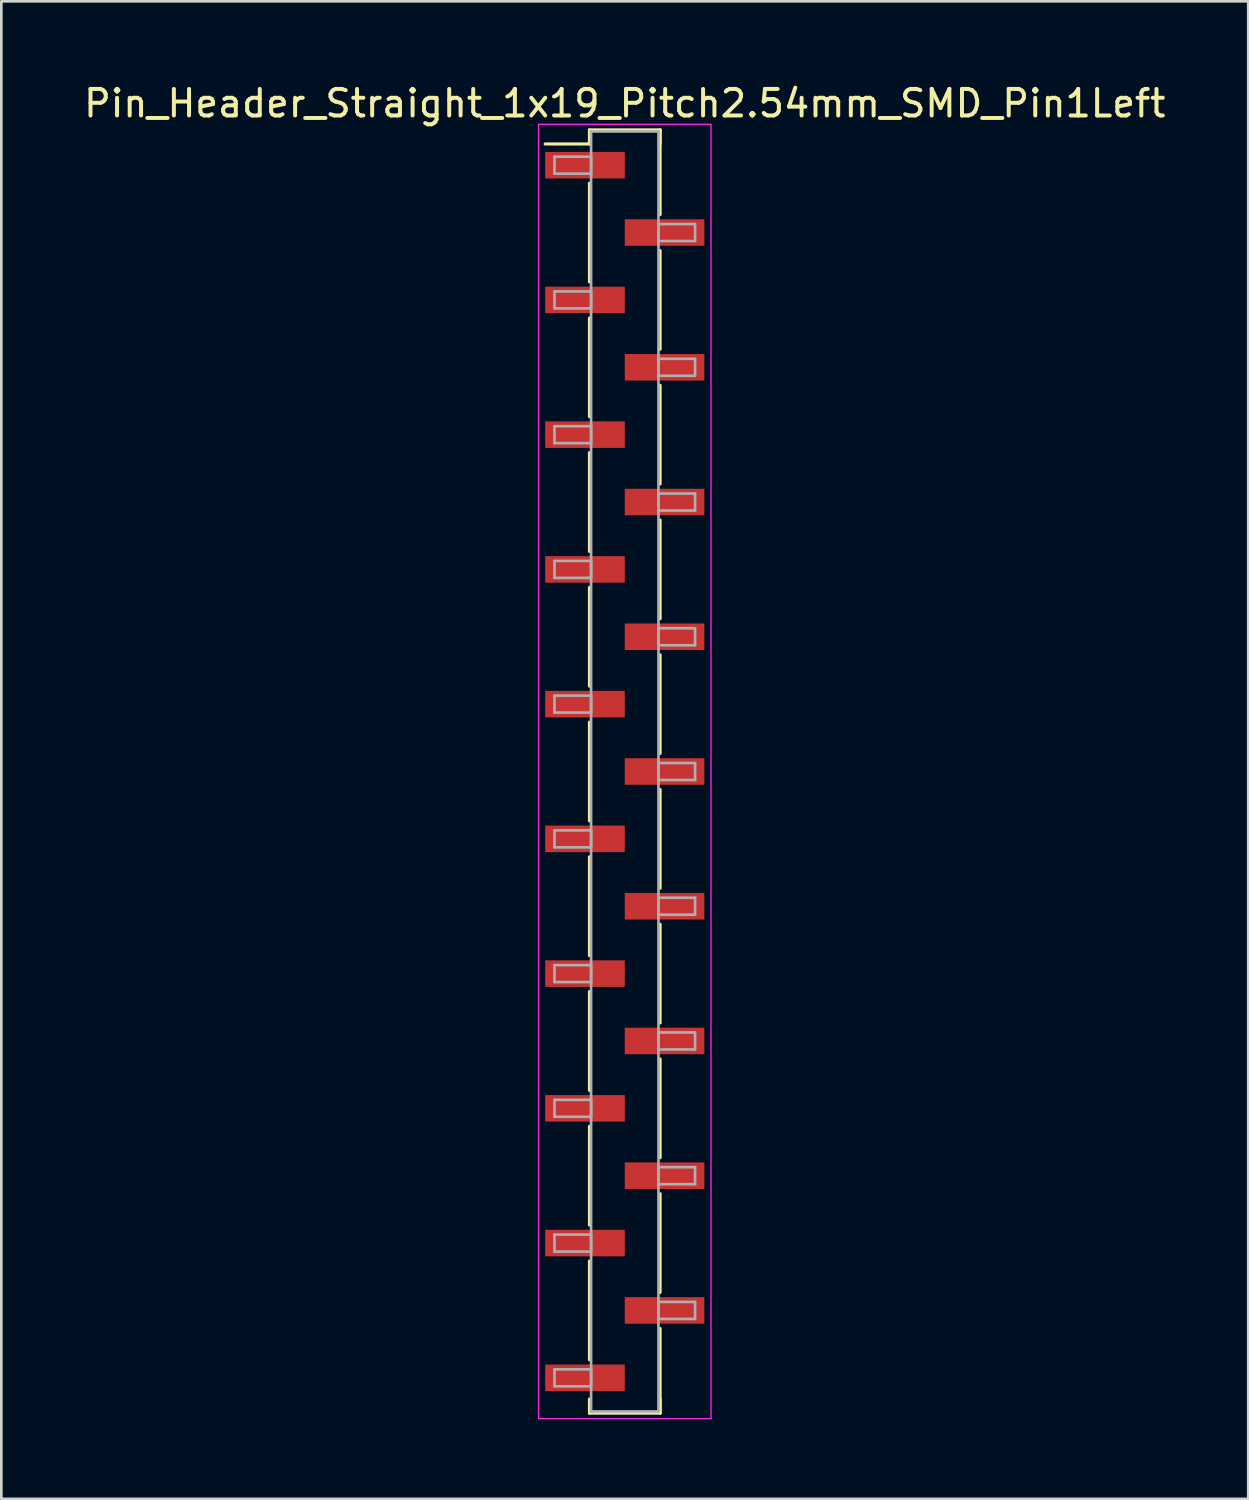
<source format=kicad_pcb>
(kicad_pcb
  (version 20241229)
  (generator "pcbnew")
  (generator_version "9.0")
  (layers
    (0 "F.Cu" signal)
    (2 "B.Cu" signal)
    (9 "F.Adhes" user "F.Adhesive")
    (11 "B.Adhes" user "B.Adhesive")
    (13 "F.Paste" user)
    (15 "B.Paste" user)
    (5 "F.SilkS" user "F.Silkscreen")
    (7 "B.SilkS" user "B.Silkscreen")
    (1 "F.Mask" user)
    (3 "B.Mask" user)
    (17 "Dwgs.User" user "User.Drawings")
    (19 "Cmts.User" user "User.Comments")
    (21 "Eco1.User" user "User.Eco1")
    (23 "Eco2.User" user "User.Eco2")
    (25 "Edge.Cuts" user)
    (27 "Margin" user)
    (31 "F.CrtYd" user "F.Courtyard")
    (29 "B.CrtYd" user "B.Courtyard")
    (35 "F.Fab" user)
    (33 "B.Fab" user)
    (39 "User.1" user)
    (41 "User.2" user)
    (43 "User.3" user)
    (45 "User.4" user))
  (footprint "Pin_Header_Straight_1x19_Pitch2.54mm_SMD_Pin1Left"
    (layer "F.Cu")
    (at 20.506 26.038)
    (property "Reference" "Pin_Header_Straight_1x19_Pitch2.54mm_SMD_Pin1Left" (at 0 -25.19 0) (layer "F.SilkS") (effects (font (size 1 1) (thickness 0.15))))
    (attr smd)
    (fp_line (start -1.33 -24.19) (end 1.33 -24.19) (stroke (width 0.12) (type solid)) (layer "F.SilkS"))
    (fp_line (start -1.33 -23.66) (end -3 -23.66) (stroke (width 0.12) (type solid)) (layer "F.SilkS"))
    (fp_line (start -1.33 -23.66) (end -1.33 -24.19) (stroke (width 0.12) (type solid)) (layer "F.SilkS"))
    (fp_line (start -1.33 -22.18) (end -1.33 -18.46) (stroke (width 0.12) (type solid)) (layer "F.SilkS"))
    (fp_line (start -1.33 -17.1) (end -1.33 -13.38) (stroke (width 0.12) (type solid)) (layer "F.SilkS"))
    (fp_line (start -1.33 -12.02) (end -1.33 -8.3) (stroke (width 0.12) (type solid)) (layer "F.SilkS"))
    (fp_line (start -1.33 -6.94) (end -1.33 -3.22) (stroke (width 0.12) (type solid)) (layer "F.SilkS"))
    (fp_line (start -1.33 -1.86) (end -1.33 1.86) (stroke (width 0.12) (type solid)) (layer "F.SilkS"))
    (fp_line (start -1.33 3.22) (end -1.33 6.94) (stroke (width 0.12) (type solid)) (layer "F.SilkS"))
    (fp_line (start -1.33 8.3) (end -1.33 12.02) (stroke (width 0.12) (type solid)) (layer "F.SilkS"))
    (fp_line (start -1.33 13.38) (end -1.33 17.1) (stroke (width 0.12) (type solid)) (layer "F.SilkS"))
    (fp_line (start -1.33 18.46) (end -1.33 22.18) (stroke (width 0.12) (type solid)) (layer "F.SilkS"))
    (fp_line (start -1.33 23.66) (end -1.33 24.19) (stroke (width 0.12) (type solid)) (layer "F.SilkS"))
    (fp_line (start -1.33 24.19) (end 1.33 24.19) (stroke (width 0.12) (type solid)) (layer "F.SilkS"))
    (fp_line (start 1.33 -24.19) (end 1.33 -23.66) (stroke (width 0.12) (type solid)) (layer "F.SilkS"))
    (fp_line (start 1.33 -24.19) (end 1.33 -21) (stroke (width 0.12) (type solid)) (layer "F.SilkS"))
    (fp_line (start 1.33 -19.64) (end 1.33 -15.92) (stroke (width 0.12) (type solid)) (layer "F.SilkS"))
    (fp_line (start 1.33 -14.56) (end 1.33 -10.84) (stroke (width 0.12) (type solid)) (layer "F.SilkS"))
    (fp_line (start 1.33 -9.48) (end 1.33 -5.76) (stroke (width 0.12) (type solid)) (layer "F.SilkS"))
    (fp_line (start 1.33 -4.4) (end 1.33 -0.68) (stroke (width 0.12) (type solid)) (layer "F.SilkS"))
    (fp_line (start 1.33 0.68) (end 1.33 4.4) (stroke (width 0.12) (type solid)) (layer "F.SilkS"))
    (fp_line (start 1.33 5.76) (end 1.33 9.48) (stroke (width 0.12) (type solid)) (layer "F.SilkS"))
    (fp_line (start 1.33 10.84) (end 1.33 14.56) (stroke (width 0.12) (type solid)) (layer "F.SilkS"))
    (fp_line (start 1.33 15.92) (end 1.33 19.64) (stroke (width 0.12) (type solid)) (layer "F.SilkS"))
    (fp_line (start 1.33 21) (end 1.33 24.19) (stroke (width 0.12) (type solid)) (layer "F.SilkS"))
    (fp_line (start 1.33 24.19) (end 1.33 23.66) (stroke (width 0.12) (type solid)) (layer "F.SilkS"))
    (fp_line (start -3.25 -24.4) (end -3.25 24.4) (stroke (width 0.05) (type solid)) (layer "F.CrtYd"))
    (fp_line (start -3.25 24.4) (end 3.25 24.4) (stroke (width 0.05) (type solid)) (layer "F.CrtYd"))
    (fp_line (start 3.25 -24.4) (end -3.25 -24.4) (stroke (width 0.05) (type solid)) (layer "F.CrtYd"))
    (fp_line (start 3.25 24.4) (end 3.25 -24.4) (stroke (width 0.05) (type solid)) (layer "F.CrtYd"))
    (fp_line (start -2.65 -23.18) (end -1.27 -23.18) (stroke (width 0.1) (type solid)) (layer "F.Fab"))
    (fp_line (start -2.65 -22.54) (end -2.65 -23.18) (stroke (width 0.1) (type solid)) (layer "F.Fab"))
    (fp_line (start -2.65 -18.1) (end -1.27 -18.1) (stroke (width 0.1) (type solid)) (layer "F.Fab"))
    (fp_line (start -2.65 -17.46) (end -2.65 -18.1) (stroke (width 0.1) (type solid)) (layer "F.Fab"))
    (fp_line (start -2.65 -13.02) (end -1.27 -13.02) (stroke (width 0.1) (type solid)) (layer "F.Fab"))
    (fp_line (start -2.65 -12.38) (end -2.65 -13.02) (stroke (width 0.1) (type solid)) (layer "F.Fab"))
    (fp_line (start -2.65 -7.94) (end -1.27 -7.94) (stroke (width 0.1) (type solid)) (layer "F.Fab"))
    (fp_line (start -2.65 -7.3) (end -2.65 -7.94) (stroke (width 0.1) (type solid)) (layer "F.Fab"))
    (fp_line (start -2.65 -2.86) (end -1.27 -2.86) (stroke (width 0.1) (type solid)) (layer "F.Fab"))
    (fp_line (start -2.65 -2.22) (end -2.65 -2.86) (stroke (width 0.1) (type solid)) (layer "F.Fab"))
    (fp_line (start -2.65 2.22) (end -1.27 2.22) (stroke (width 0.1) (type solid)) (layer "F.Fab"))
    (fp_line (start -2.65 2.86) (end -2.65 2.22) (stroke (width 0.1) (type solid)) (layer "F.Fab"))
    (fp_line (start -2.65 7.3) (end -1.27 7.3) (stroke (width 0.1) (type solid)) (layer "F.Fab"))
    (fp_line (start -2.65 7.94) (end -2.65 7.3) (stroke (width 0.1) (type solid)) (layer "F.Fab"))
    (fp_line (start -2.65 12.38) (end -1.27 12.38) (stroke (width 0.1) (type solid)) (layer "F.Fab"))
    (fp_line (start -2.65 13.02) (end -2.65 12.38) (stroke (width 0.1) (type solid)) (layer "F.Fab"))
    (fp_line (start -2.65 17.46) (end -1.27 17.46) (stroke (width 0.1) (type solid)) (layer "F.Fab"))
    (fp_line (start -2.65 18.1) (end -2.65 17.46) (stroke (width 0.1) (type solid)) (layer "F.Fab"))
    (fp_line (start -2.65 22.54) (end -1.27 22.54) (stroke (width 0.1) (type solid)) (layer "F.Fab"))
    (fp_line (start -2.65 23.18) (end -2.65 22.54) (stroke (width 0.1) (type solid)) (layer "F.Fab"))
    (fp_line (start -1.27 -24.13) (end -1.27 24.13) (stroke (width 0.1) (type solid)) (layer "F.Fab"))
    (fp_line (start -1.27 -23.18) (end -1.27 -22.54) (stroke (width 0.1) (type solid)) (layer "F.Fab"))
    (fp_line (start -1.27 -22.54) (end -2.65 -22.54) (stroke (width 0.1) (type solid)) (layer "F.Fab"))
    (fp_line (start -1.27 -18.1) (end -1.27 -17.46) (stroke (width 0.1) (type solid)) (layer "F.Fab"))
    (fp_line (start -1.27 -17.46) (end -2.65 -17.46) (stroke (width 0.1) (type solid)) (layer "F.Fab"))
    (fp_line (start -1.27 -13.02) (end -1.27 -12.38) (stroke (width 0.1) (type solid)) (layer "F.Fab"))
    (fp_line (start -1.27 -12.38) (end -2.65 -12.38) (stroke (width 0.1) (type solid)) (layer "F.Fab"))
    (fp_line (start -1.27 -7.94) (end -1.27 -7.3) (stroke (width 0.1) (type solid)) (layer "F.Fab"))
    (fp_line (start -1.27 -7.3) (end -2.65 -7.3) (stroke (width 0.1) (type solid)) (layer "F.Fab"))
    (fp_line (start -1.27 -2.86) (end -1.27 -2.22) (stroke (width 0.1) (type solid)) (layer "F.Fab"))
    (fp_line (start -1.27 -2.22) (end -2.65 -2.22) (stroke (width 0.1) (type solid)) (layer "F.Fab"))
    (fp_line (start -1.27 2.22) (end -1.27 2.86) (stroke (width 0.1) (type solid)) (layer "F.Fab"))
    (fp_line (start -1.27 2.86) (end -2.65 2.86) (stroke (width 0.1) (type solid)) (layer "F.Fab"))
    (fp_line (start -1.27 7.3) (end -1.27 7.94) (stroke (width 0.1) (type solid)) (layer "F.Fab"))
    (fp_line (start -1.27 7.94) (end -2.65 7.94) (stroke (width 0.1) (type solid)) (layer "F.Fab"))
    (fp_line (start -1.27 12.38) (end -1.27 13.02) (stroke (width 0.1) (type solid)) (layer "F.Fab"))
    (fp_line (start -1.27 13.02) (end -2.65 13.02) (stroke (width 0.1) (type solid)) (layer "F.Fab"))
    (fp_line (start -1.27 17.46) (end -1.27 18.1) (stroke (width 0.1) (type solid)) (layer "F.Fab"))
    (fp_line (start -1.27 18.1) (end -2.65 18.1) (stroke (width 0.1) (type solid)) (layer "F.Fab"))
    (fp_line (start -1.27 22.54) (end -1.27 23.18) (stroke (width 0.1) (type solid)) (layer "F.Fab"))
    (fp_line (start -1.27 23.18) (end -2.65 23.18) (stroke (width 0.1) (type solid)) (layer "F.Fab"))
    (fp_line (start -1.27 24.13) (end 1.27 24.13) (stroke (width 0.1) (type solid)) (layer "F.Fab"))
    (fp_line (start 1.27 -24.13) (end -1.27 -24.13) (stroke (width 0.1) (type solid)) (layer "F.Fab"))
    (fp_line (start 1.27 -20.64) (end 1.27 -20) (stroke (width 0.1) (type solid)) (layer "F.Fab"))
    (fp_line (start 1.27 -20) (end 2.65 -20) (stroke (width 0.1) (type solid)) (layer "F.Fab"))
    (fp_line (start 1.27 -15.56) (end 1.27 -14.92) (stroke (width 0.1) (type solid)) (layer "F.Fab"))
    (fp_line (start 1.27 -14.92) (end 2.65 -14.92) (stroke (width 0.1) (type solid)) (layer "F.Fab"))
    (fp_line (start 1.27 -10.48) (end 1.27 -9.84) (stroke (width 0.1) (type solid)) (layer "F.Fab"))
    (fp_line (start 1.27 -9.84) (end 2.65 -9.84) (stroke (width 0.1) (type solid)) (layer "F.Fab"))
    (fp_line (start 1.27 -5.4) (end 1.27 -4.76) (stroke (width 0.1) (type solid)) (layer "F.Fab"))
    (fp_line (start 1.27 -4.76) (end 2.65 -4.76) (stroke (width 0.1) (type solid)) (layer "F.Fab"))
    (fp_line (start 1.27 -0.32) (end 1.27 0.32) (stroke (width 0.1) (type solid)) (layer "F.Fab"))
    (fp_line (start 1.27 0.32) (end 2.65 0.32) (stroke (width 0.1) (type solid)) (layer "F.Fab"))
    (fp_line (start 1.27 4.76) (end 1.27 5.4) (stroke (width 0.1) (type solid)) (layer "F.Fab"))
    (fp_line (start 1.27 5.4) (end 2.65 5.4) (stroke (width 0.1) (type solid)) (layer "F.Fab"))
    (fp_line (start 1.27 9.84) (end 1.27 10.48) (stroke (width 0.1) (type solid)) (layer "F.Fab"))
    (fp_line (start 1.27 10.48) (end 2.65 10.48) (stroke (width 0.1) (type solid)) (layer "F.Fab"))
    (fp_line (start 1.27 14.92) (end 1.27 15.56) (stroke (width 0.1) (type solid)) (layer "F.Fab"))
    (fp_line (start 1.27 15.56) (end 2.65 15.56) (stroke (width 0.1) (type solid)) (layer "F.Fab"))
    (fp_line (start 1.27 20) (end 1.27 20.64) (stroke (width 0.1) (type solid)) (layer "F.Fab"))
    (fp_line (start 1.27 20.64) (end 2.65 20.64) (stroke (width 0.1) (type solid)) (layer "F.Fab"))
    (fp_line (start 1.27 24.13) (end 1.27 -24.13) (stroke (width 0.1) (type solid)) (layer "F.Fab"))
    (fp_line (start 2.65 -20.64) (end 1.27 -20.64) (stroke (width 0.1) (type solid)) (layer "F.Fab"))
    (fp_line (start 2.65 -20) (end 2.65 -20.64) (stroke (width 0.1) (type solid)) (layer "F.Fab"))
    (fp_line (start 2.65 -15.56) (end 1.27 -15.56) (stroke (width 0.1) (type solid)) (layer "F.Fab"))
    (fp_line (start 2.65 -14.92) (end 2.65 -15.56) (stroke (width 0.1) (type solid)) (layer "F.Fab"))
    (fp_line (start 2.65 -10.48) (end 1.27 -10.48) (stroke (width 0.1) (type solid)) (layer "F.Fab"))
    (fp_line (start 2.65 -9.84) (end 2.65 -10.48) (stroke (width 0.1) (type solid)) (layer "F.Fab"))
    (fp_line (start 2.65 -5.4) (end 1.27 -5.4) (stroke (width 0.1) (type solid)) (layer "F.Fab"))
    (fp_line (start 2.65 -4.76) (end 2.65 -5.4) (stroke (width 0.1) (type solid)) (layer "F.Fab"))
    (fp_line (start 2.65 -0.32) (end 1.27 -0.32) (stroke (width 0.1) (type solid)) (layer "F.Fab"))
    (fp_line (start 2.65 0.32) (end 2.65 -0.32) (stroke (width 0.1) (type solid)) (layer "F.Fab"))
    (fp_line (start 2.65 4.76) (end 1.27 4.76) (stroke (width 0.1) (type solid)) (layer "F.Fab"))
    (fp_line (start 2.65 5.4) (end 2.65 4.76) (stroke (width 0.1) (type solid)) (layer "F.Fab"))
    (fp_line (start 2.65 9.84) (end 1.27 9.84) (stroke (width 0.1) (type solid)) (layer "F.Fab"))
    (fp_line (start 2.65 10.48) (end 2.65 9.84) (stroke (width 0.1) (type solid)) (layer "F.Fab"))
    (fp_line (start 2.65 14.92) (end 1.27 14.92) (stroke (width 0.1) (type solid)) (layer "F.Fab"))
    (fp_line (start 2.65 15.56) (end 2.65 14.92) (stroke (width 0.1) (type solid)) (layer "F.Fab"))
    (fp_line (start 2.65 20) (end 1.27 20) (stroke (width 0.1) (type solid)) (layer "F.Fab"))
    (fp_line (start 2.65 20.64) (end 2.65 20) (stroke (width 0.1) (type solid)) (layer "F.Fab"))
    (pad "1" smd rect (at -1.5 -22.86) (size 3 1) (layers "F.Cu" "F.Mask"))
    (pad "2" smd rect (at 1.5 -20.32) (size 3 1) (layers "F.Cu" "F.Mask"))
    (pad "3" smd rect (at -1.5 -17.78) (size 3 1) (layers "F.Cu" "F.Mask"))
    (pad "4" smd rect (at 1.5 -15.24) (size 3 1) (layers "F.Cu" "F.Mask"))
    (pad "5" smd rect (at -1.5 -12.7) (size 3 1) (layers "F.Cu" "F.Mask"))
    (pad "6" smd rect (at 1.5 -10.16) (size 3 1) (layers "F.Cu" "F.Mask"))
    (pad "7" smd rect (at -1.5 -7.62) (size 3 1) (layers "F.Cu" "F.Mask"))
    (pad "8" smd rect (at 1.5 -5.08) (size 3 1) (layers "F.Cu" "F.Mask"))
    (pad "9" smd rect (at -1.5 -2.54) (size 3 1) (layers "F.Cu" "F.Mask"))
    (pad "10" smd rect (at 1.5 0) (size 3 1) (layers "F.Cu" "F.Mask"))
    (pad "11" smd rect (at -1.5 2.54) (size 3 1) (layers "F.Cu" "F.Mask"))
    (pad "12" smd rect (at 1.5 5.08) (size 3 1) (layers "F.Cu" "F.Mask"))
    (pad "13" smd rect (at -1.5 7.62) (size 3 1) (layers "F.Cu" "F.Mask"))
    (pad "14" smd rect (at 1.5 10.16) (size 3 1) (layers "F.Cu" "F.Mask"))
    (pad "15" smd rect (at -1.5 12.7) (size 3 1) (layers "F.Cu" "F.Mask"))
    (pad "16" smd rect (at 1.5 15.24) (size 3 1) (layers "F.Cu" "F.Mask"))
    (pad "17" smd rect (at -1.5 17.78) (size 3 1) (layers "F.Cu" "F.Mask"))
    (pad "18" smd rect (at 1.5 20.32) (size 3 1) (layers "F.Cu" "F.Mask"))
    (pad "19" smd rect (at -1.5 22.86) (size 3 1) (layers "F.Cu" "F.Mask")))
  (gr_rect
    (start -3 -3)
    (end 44.012 53.463)
    (stroke (width 0.1) (type default))
    (fill no)
    (layer "Edge.Cuts")))
</source>
